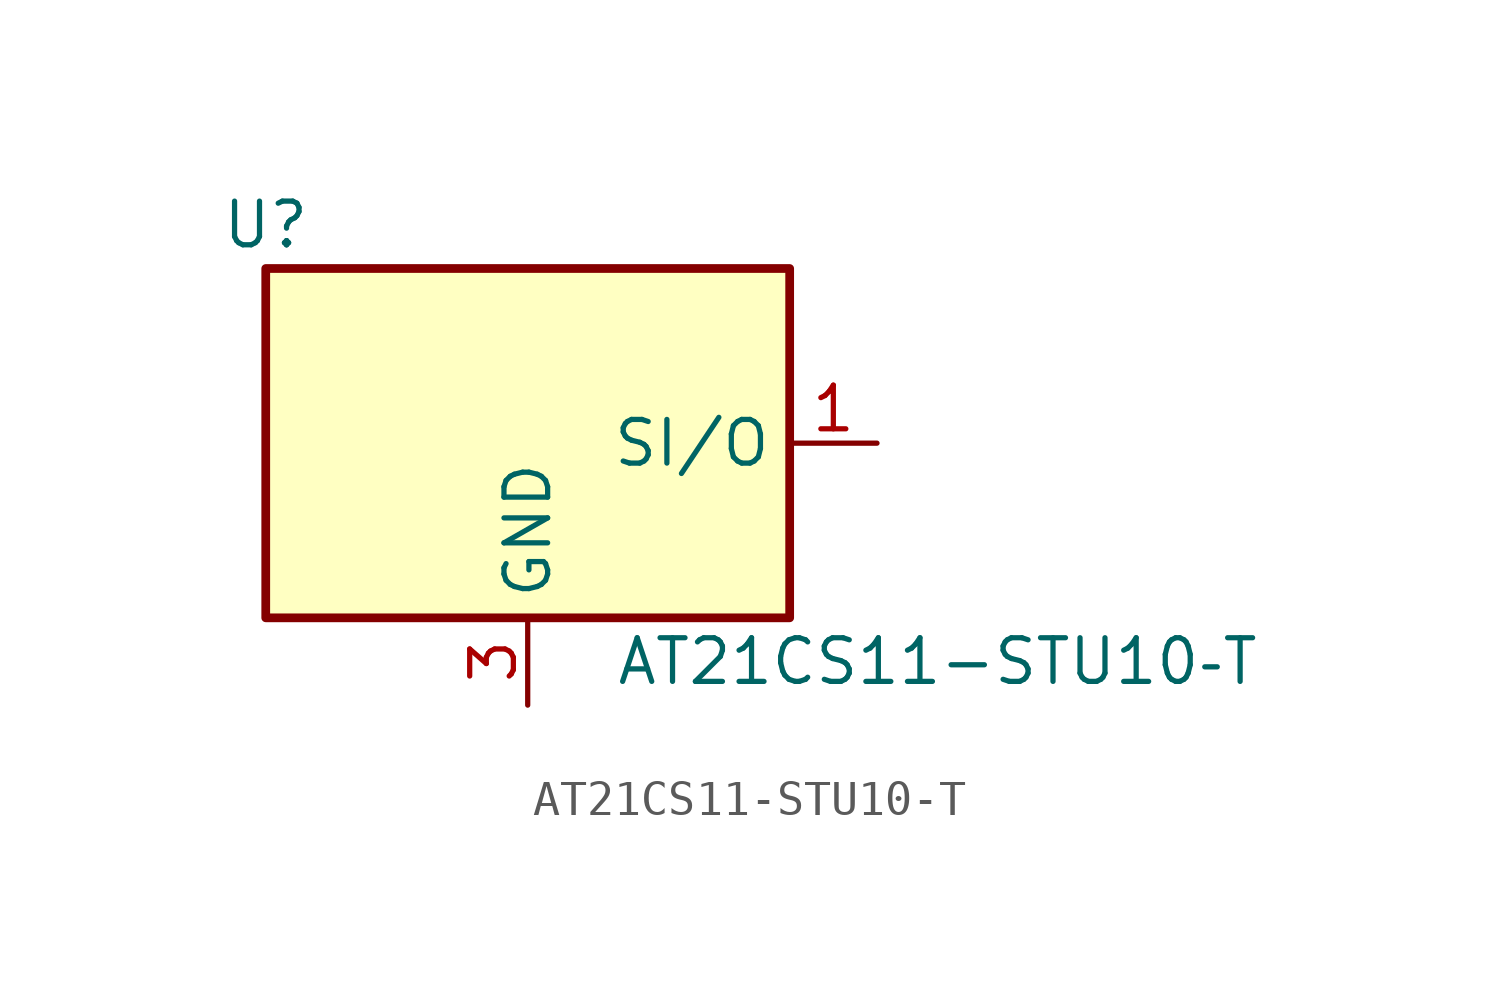
<source format=kicad_sym>
(kicad_symbol_lib
  (version 20241209)
  (generator "kicad_symbol_editor")
  (generator_version "9.0")
  (symbol "AT21CS11-STU10‑T"
    (property "Reference" "U"
      (at -7.62 6.35 0)
      (effects (font (size 1.27 1.27))))
    (property "Value" "AT21CS11-STU10‑T"
      (at 2.54 -6.35 0)
      (effects (font (size 1.27 1.27)) (justify left)))
    (symbol "AT21CS11-STU10‑T_1_1"
      (rectangle (start -7.62 5.08) (end 7.62 -5.08) (stroke (width 0.254) (type default)) (fill (type background)))
      (pin power_in line (at 0 -7.62 90) (length 2.54) (name "GND" (effects (font (size 1.27 1.27)))) (number "3" (effects (font (size 1.27 1.27)))))
      (pin bidirectional line (at 10.16 0 180) (length 2.54) (name "SI/O" (effects (font (size 1.27 1.27)))) (number "1" (effects (font (size 1.27 1.27)))))
      (pin no_connect line (at 10.16 -2.54 180) (length 2.54) (hide yes) (name "~" (effects (font (size 1.27 1.27)))) (number "2" (effects (font (size 1.27 1.27))))))))
</source>
